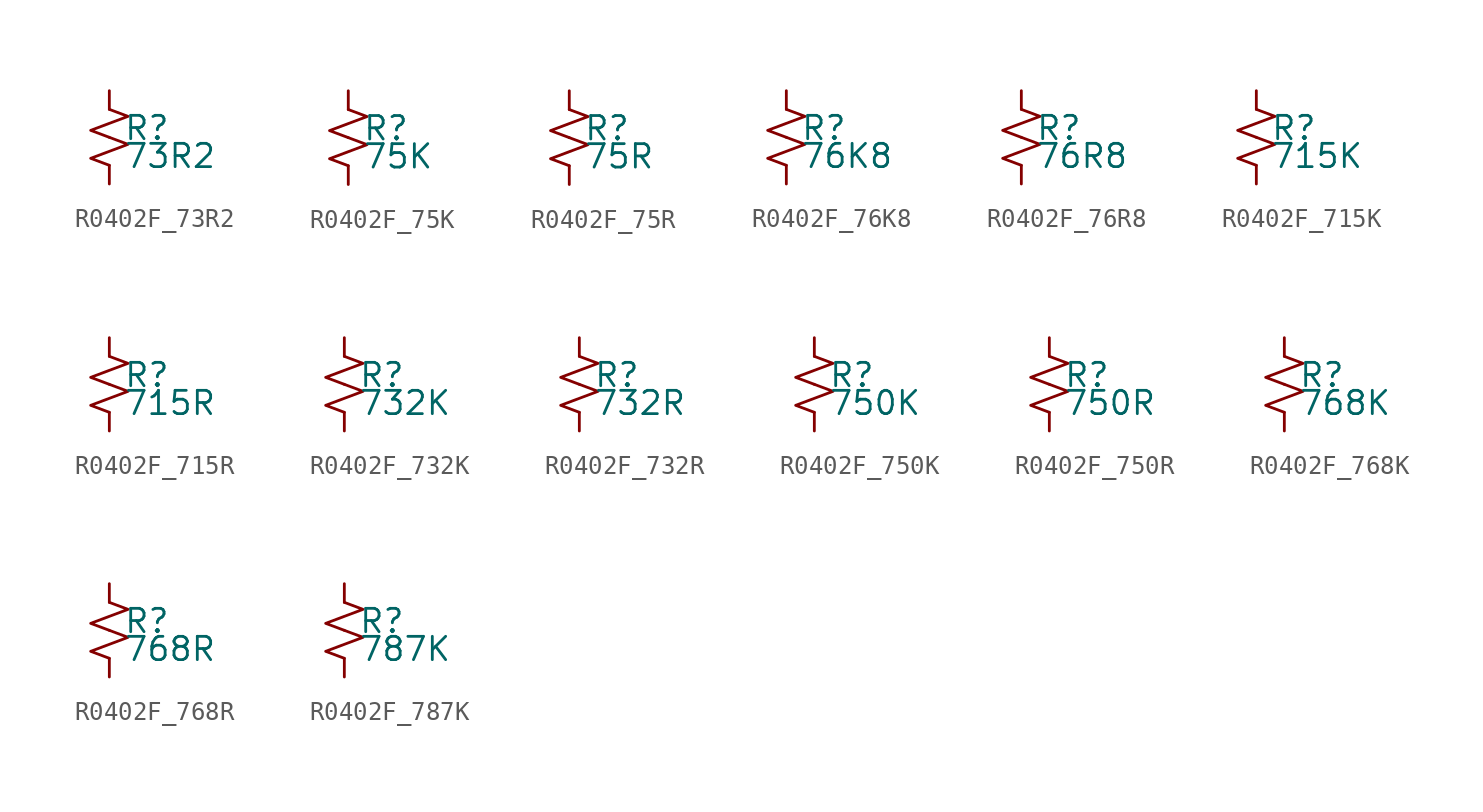
<source format=kicad_sym>
(kicad_symbol_lib
  (version 20220914)
  (generator kicad_symbol_editor)
  (symbol "R0402F_73R2"
    (pin_numbers hide)
    (pin_names
      (offset 0.254) hide)
    (property "Reference" "R"
      (at 0.762 0.508 0)
      (effects (font (size 1.27 1.27)) (justify left)))
    (property "Value" "73R2"
      (at 0.762 -1.016 0)
      (effects (font (size 1.27 1.27)) (justify left)))
    (symbol "R0402F_73R2_1_1"
      (polyline (pts (xy 0 0) (xy 1.016 -0.381) (xy 0 -0.762) (xy -1.016 -1.143) (xy 0 -1.524)) (stroke (width 0) (type default)) (fill (type none)))
      (polyline (pts (xy 0 1.524) (xy 1.016 1.143) (xy 0 0.762) (xy -1.016 0.381) (xy 0 0)) (stroke (width 0) (type default)) (fill (type none)))
      (pin passive line (at 0 2.54 270) (length 1.016) (name "~" (effects (font (size 1.27 1.27)))) (number "1" (effects (font (size 1.27 1.27)))))
      (pin passive line (at 0 -2.54 90) (length 1.016) (name "~" (effects (font (size 1.27 1.27)))) (number "2" (effects (font (size 1.27 1.27)))))))
  (symbol "R0402F_75K"
    (pin_numbers hide)
    (pin_names
      (offset 0.254) hide)
    (property "Reference" "R"
      (at 0.762 0.508 0)
      (effects (font (size 1.27 1.27)) (justify left)))
    (property "Value" "75K"
      (at 0.762 -1.016 0)
      (effects (font (size 1.27 1.27)) (justify left)))
    (symbol "R0402F_75K_1_1"
      (polyline (pts (xy 0 0) (xy 1.016 -0.381) (xy 0 -0.762) (xy -1.016 -1.143) (xy 0 -1.524)) (stroke (width 0) (type default)) (fill (type none)))
      (polyline (pts (xy 0 1.524) (xy 1.016 1.143) (xy 0 0.762) (xy -1.016 0.381) (xy 0 0)) (stroke (width 0) (type default)) (fill (type none)))
      (pin passive line (at 0 2.54 270) (length 1.016) (name "~" (effects (font (size 1.27 1.27)))) (number "1" (effects (font (size 1.27 1.27)))))
      (pin passive line (at 0 -2.54 90) (length 1.016) (name "~" (effects (font (size 1.27 1.27)))) (number "2" (effects (font (size 1.27 1.27)))))))
  (symbol "R0402F_75R"
    (pin_numbers hide)
    (pin_names
      (offset 0.254) hide)
    (property "Reference" "R"
      (at 0.762 0.508 0)
      (effects (font (size 1.27 1.27)) (justify left)))
    (property "Value" "75R"
      (at 0.762 -1.016 0)
      (effects (font (size 1.27 1.27)) (justify left)))
    (symbol "R0402F_75R_1_1"
      (polyline (pts (xy 0 0) (xy 1.016 -0.381) (xy 0 -0.762) (xy -1.016 -1.143) (xy 0 -1.524)) (stroke (width 0) (type default)) (fill (type none)))
      (polyline (pts (xy 0 1.524) (xy 1.016 1.143) (xy 0 0.762) (xy -1.016 0.381) (xy 0 0)) (stroke (width 0) (type default)) (fill (type none)))
      (pin passive line (at 0 2.54 270) (length 1.016) (name "~" (effects (font (size 1.27 1.27)))) (number "1" (effects (font (size 1.27 1.27)))))
      (pin passive line (at 0 -2.54 90) (length 1.016) (name "~" (effects (font (size 1.27 1.27)))) (number "2" (effects (font (size 1.27 1.27)))))))
  (symbol "R0402F_76K8"
    (pin_numbers hide)
    (pin_names
      (offset 0.254) hide)
    (property "Reference" "R"
      (at 0.762 0.508 0)
      (effects (font (size 1.27 1.27)) (justify left)))
    (property "Value" "76K8"
      (at 0.762 -1.016 0)
      (effects (font (size 1.27 1.27)) (justify left)))
    (symbol "R0402F_76K8_1_1"
      (polyline (pts (xy 0 0) (xy 1.016 -0.381) (xy 0 -0.762) (xy -1.016 -1.143) (xy 0 -1.524)) (stroke (width 0) (type default)) (fill (type none)))
      (polyline (pts (xy 0 1.524) (xy 1.016 1.143) (xy 0 0.762) (xy -1.016 0.381) (xy 0 0)) (stroke (width 0) (type default)) (fill (type none)))
      (pin passive line (at 0 2.54 270) (length 1.016) (name "~" (effects (font (size 1.27 1.27)))) (number "1" (effects (font (size 1.27 1.27)))))
      (pin passive line (at 0 -2.54 90) (length 1.016) (name "~" (effects (font (size 1.27 1.27)))) (number "2" (effects (font (size 1.27 1.27)))))))
  (symbol "R0402F_76R8"
    (pin_numbers hide)
    (pin_names
      (offset 0.254) hide)
    (property "Reference" "R"
      (at 0.762 0.508 0)
      (effects (font (size 1.27 1.27)) (justify left)))
    (property "Value" "76R8"
      (at 0.762 -1.016 0)
      (effects (font (size 1.27 1.27)) (justify left)))
    (symbol "R0402F_76R8_1_1"
      (polyline (pts (xy 0 0) (xy 1.016 -0.381) (xy 0 -0.762) (xy -1.016 -1.143) (xy 0 -1.524)) (stroke (width 0) (type default)) (fill (type none)))
      (polyline (pts (xy 0 1.524) (xy 1.016 1.143) (xy 0 0.762) (xy -1.016 0.381) (xy 0 0)) (stroke (width 0) (type default)) (fill (type none)))
      (pin passive line (at 0 2.54 270) (length 1.016) (name "~" (effects (font (size 1.27 1.27)))) (number "1" (effects (font (size 1.27 1.27)))))
      (pin passive line (at 0 -2.54 90) (length 1.016) (name "~" (effects (font (size 1.27 1.27)))) (number "2" (effects (font (size 1.27 1.27)))))))
  (symbol "R0402F_715K"
    (pin_numbers hide)
    (pin_names
      (offset 0.254) hide)
    (property "Reference" "R"
      (at 0.762 0.508 0)
      (effects (font (size 1.27 1.27)) (justify left)))
    (property "Value" "715K"
      (at 0.762 -1.016 0)
      (effects (font (size 1.27 1.27)) (justify left)))
    (symbol "R0402F_715K_1_1"
      (polyline (pts (xy 0 0) (xy 1.016 -0.381) (xy 0 -0.762) (xy -1.016 -1.143) (xy 0 -1.524)) (stroke (width 0) (type default)) (fill (type none)))
      (polyline (pts (xy 0 1.524) (xy 1.016 1.143) (xy 0 0.762) (xy -1.016 0.381) (xy 0 0)) (stroke (width 0) (type default)) (fill (type none)))
      (pin passive line (at 0 2.54 270) (length 1.016) (name "~" (effects (font (size 1.27 1.27)))) (number "1" (effects (font (size 1.27 1.27)))))
      (pin passive line (at 0 -2.54 90) (length 1.016) (name "~" (effects (font (size 1.27 1.27)))) (number "2" (effects (font (size 1.27 1.27)))))))
  (symbol "R0402F_715R"
    (pin_numbers hide)
    (pin_names
      (offset 0.254) hide)
    (property "Reference" "R"
      (at 0.762 0.508 0)
      (effects (font (size 1.27 1.27)) (justify left)))
    (property "Value" "715R"
      (at 0.762 -1.016 0)
      (effects (font (size 1.27 1.27)) (justify left)))
    (symbol "R0402F_715R_1_1"
      (polyline (pts (xy 0 0) (xy 1.016 -0.381) (xy 0 -0.762) (xy -1.016 -1.143) (xy 0 -1.524)) (stroke (width 0) (type default)) (fill (type none)))
      (polyline (pts (xy 0 1.524) (xy 1.016 1.143) (xy 0 0.762) (xy -1.016 0.381) (xy 0 0)) (stroke (width 0) (type default)) (fill (type none)))
      (pin passive line (at 0 2.54 270) (length 1.016) (name "~" (effects (font (size 1.27 1.27)))) (number "1" (effects (font (size 1.27 1.27)))))
      (pin passive line (at 0 -2.54 90) (length 1.016) (name "~" (effects (font (size 1.27 1.27)))) (number "2" (effects (font (size 1.27 1.27)))))))
  (symbol "R0402F_732K"
    (pin_numbers hide)
    (pin_names
      (offset 0.254) hide)
    (property "Reference" "R"
      (at 0.762 0.508 0)
      (effects (font (size 1.27 1.27)) (justify left)))
    (property "Value" "732K"
      (at 0.762 -1.016 0)
      (effects (font (size 1.27 1.27)) (justify left)))
    (symbol "R0402F_732K_1_1"
      (polyline (pts (xy 0 0) (xy 1.016 -0.381) (xy 0 -0.762) (xy -1.016 -1.143) (xy 0 -1.524)) (stroke (width 0) (type default)) (fill (type none)))
      (polyline (pts (xy 0 1.524) (xy 1.016 1.143) (xy 0 0.762) (xy -1.016 0.381) (xy 0 0)) (stroke (width 0) (type default)) (fill (type none)))
      (pin passive line (at 0 2.54 270) (length 1.016) (name "~" (effects (font (size 1.27 1.27)))) (number "1" (effects (font (size 1.27 1.27)))))
      (pin passive line (at 0 -2.54 90) (length 1.016) (name "~" (effects (font (size 1.27 1.27)))) (number "2" (effects (font (size 1.27 1.27)))))))
  (symbol "R0402F_732R"
    (pin_numbers hide)
    (pin_names
      (offset 0.254) hide)
    (property "Reference" "R"
      (at 0.762 0.508 0)
      (effects (font (size 1.27 1.27)) (justify left)))
    (property "Value" "732R"
      (at 0.762 -1.016 0)
      (effects (font (size 1.27 1.27)) (justify left)))
    (symbol "R0402F_732R_1_1"
      (polyline (pts (xy 0 0) (xy 1.016 -0.381) (xy 0 -0.762) (xy -1.016 -1.143) (xy 0 -1.524)) (stroke (width 0) (type default)) (fill (type none)))
      (polyline (pts (xy 0 1.524) (xy 1.016 1.143) (xy 0 0.762) (xy -1.016 0.381) (xy 0 0)) (stroke (width 0) (type default)) (fill (type none)))
      (pin passive line (at 0 2.54 270) (length 1.016) (name "~" (effects (font (size 1.27 1.27)))) (number "1" (effects (font (size 1.27 1.27)))))
      (pin passive line (at 0 -2.54 90) (length 1.016) (name "~" (effects (font (size 1.27 1.27)))) (number "2" (effects (font (size 1.27 1.27)))))))
  (symbol "R0402F_750K"
    (pin_numbers hide)
    (pin_names
      (offset 0.254) hide)
    (property "Reference" "R"
      (at 0.762 0.508 0)
      (effects (font (size 1.27 1.27)) (justify left)))
    (property "Value" "750K"
      (at 0.762 -1.016 0)
      (effects (font (size 1.27 1.27)) (justify left)))
    (symbol "R0402F_750K_1_1"
      (polyline (pts (xy 0 0) (xy 1.016 -0.381) (xy 0 -0.762) (xy -1.016 -1.143) (xy 0 -1.524)) (stroke (width 0) (type default)) (fill (type none)))
      (polyline (pts (xy 0 1.524) (xy 1.016 1.143) (xy 0 0.762) (xy -1.016 0.381) (xy 0 0)) (stroke (width 0) (type default)) (fill (type none)))
      (pin passive line (at 0 2.54 270) (length 1.016) (name "~" (effects (font (size 1.27 1.27)))) (number "1" (effects (font (size 1.27 1.27)))))
      (pin passive line (at 0 -2.54 90) (length 1.016) (name "~" (effects (font (size 1.27 1.27)))) (number "2" (effects (font (size 1.27 1.27)))))))
  (symbol "R0402F_750R"
    (pin_numbers hide)
    (pin_names
      (offset 0.254) hide)
    (property "Reference" "R"
      (at 0.762 0.508 0)
      (effects (font (size 1.27 1.27)) (justify left)))
    (property "Value" "750R"
      (at 0.762 -1.016 0)
      (effects (font (size 1.27 1.27)) (justify left)))
    (symbol "R0402F_750R_1_1"
      (polyline (pts (xy 0 0) (xy 1.016 -0.381) (xy 0 -0.762) (xy -1.016 -1.143) (xy 0 -1.524)) (stroke (width 0) (type default)) (fill (type none)))
      (polyline (pts (xy 0 1.524) (xy 1.016 1.143) (xy 0 0.762) (xy -1.016 0.381) (xy 0 0)) (stroke (width 0) (type default)) (fill (type none)))
      (pin passive line (at 0 2.54 270) (length 1.016) (name "~" (effects (font (size 1.27 1.27)))) (number "1" (effects (font (size 1.27 1.27)))))
      (pin passive line (at 0 -2.54 90) (length 1.016) (name "~" (effects (font (size 1.27 1.27)))) (number "2" (effects (font (size 1.27 1.27)))))))
  (symbol "R0402F_768K"
    (pin_numbers hide)
    (pin_names
      (offset 0.254) hide)
    (property "Reference" "R"
      (at 0.762 0.508 0)
      (effects (font (size 1.27 1.27)) (justify left)))
    (property "Value" "768K"
      (at 0.762 -1.016 0)
      (effects (font (size 1.27 1.27)) (justify left)))
    (symbol "R0402F_768K_1_1"
      (polyline (pts (xy 0 0) (xy 1.016 -0.381) (xy 0 -0.762) (xy -1.016 -1.143) (xy 0 -1.524)) (stroke (width 0) (type default)) (fill (type none)))
      (polyline (pts (xy 0 1.524) (xy 1.016 1.143) (xy 0 0.762) (xy -1.016 0.381) (xy 0 0)) (stroke (width 0) (type default)) (fill (type none)))
      (pin passive line (at 0 2.54 270) (length 1.016) (name "~" (effects (font (size 1.27 1.27)))) (number "1" (effects (font (size 1.27 1.27)))))
      (pin passive line (at 0 -2.54 90) (length 1.016) (name "~" (effects (font (size 1.27 1.27)))) (number "2" (effects (font (size 1.27 1.27)))))))
  (symbol "R0402F_768R"
    (pin_numbers hide)
    (pin_names
      (offset 0.254) hide)
    (property "Reference" "R"
      (at 0.762 0.508 0)
      (effects (font (size 1.27 1.27)) (justify left)))
    (property "Value" "768R"
      (at 0.762 -1.016 0)
      (effects (font (size 1.27 1.27)) (justify left)))
    (symbol "R0402F_768R_1_1"
      (polyline (pts (xy 0 0) (xy 1.016 -0.381) (xy 0 -0.762) (xy -1.016 -1.143) (xy 0 -1.524)) (stroke (width 0) (type default)) (fill (type none)))
      (polyline (pts (xy 0 1.524) (xy 1.016 1.143) (xy 0 0.762) (xy -1.016 0.381) (xy 0 0)) (stroke (width 0) (type default)) (fill (type none)))
      (pin passive line (at 0 2.54 270) (length 1.016) (name "~" (effects (font (size 1.27 1.27)))) (number "1" (effects (font (size 1.27 1.27)))))
      (pin passive line (at 0 -2.54 90) (length 1.016) (name "~" (effects (font (size 1.27 1.27)))) (number "2" (effects (font (size 1.27 1.27)))))))
  (symbol "R0402F_787K"
    (pin_numbers hide)
    (pin_names
      (offset 0.254) hide)
    (property "Reference" "R"
      (at 0.762 0.508 0)
      (effects (font (size 1.27 1.27)) (justify left)))
    (property "Value" "787K"
      (at 0.762 -1.016 0)
      (effects (font (size 1.27 1.27)) (justify left)))
    (symbol "R0402F_787K_1_1"
      (polyline (pts (xy 0 0) (xy 1.016 -0.381) (xy 0 -0.762) (xy -1.016 -1.143) (xy 0 -1.524)) (stroke (width 0) (type default)) (fill (type none)))
      (polyline (pts (xy 0 1.524) (xy 1.016 1.143) (xy 0 0.762) (xy -1.016 0.381) (xy 0 0)) (stroke (width 0) (type default)) (fill (type none)))
      (pin passive line (at 0 2.54 270) (length 1.016) (name "~" (effects (font (size 1.27 1.27)))) (number "1" (effects (font (size 1.27 1.27)))))
      (pin passive line (at 0 -2.54 90) (length 1.016) (name "~" (effects (font (size 1.27 1.27)))) (number "2" (effects (font (size 1.27 1.27))))))))
</source>
